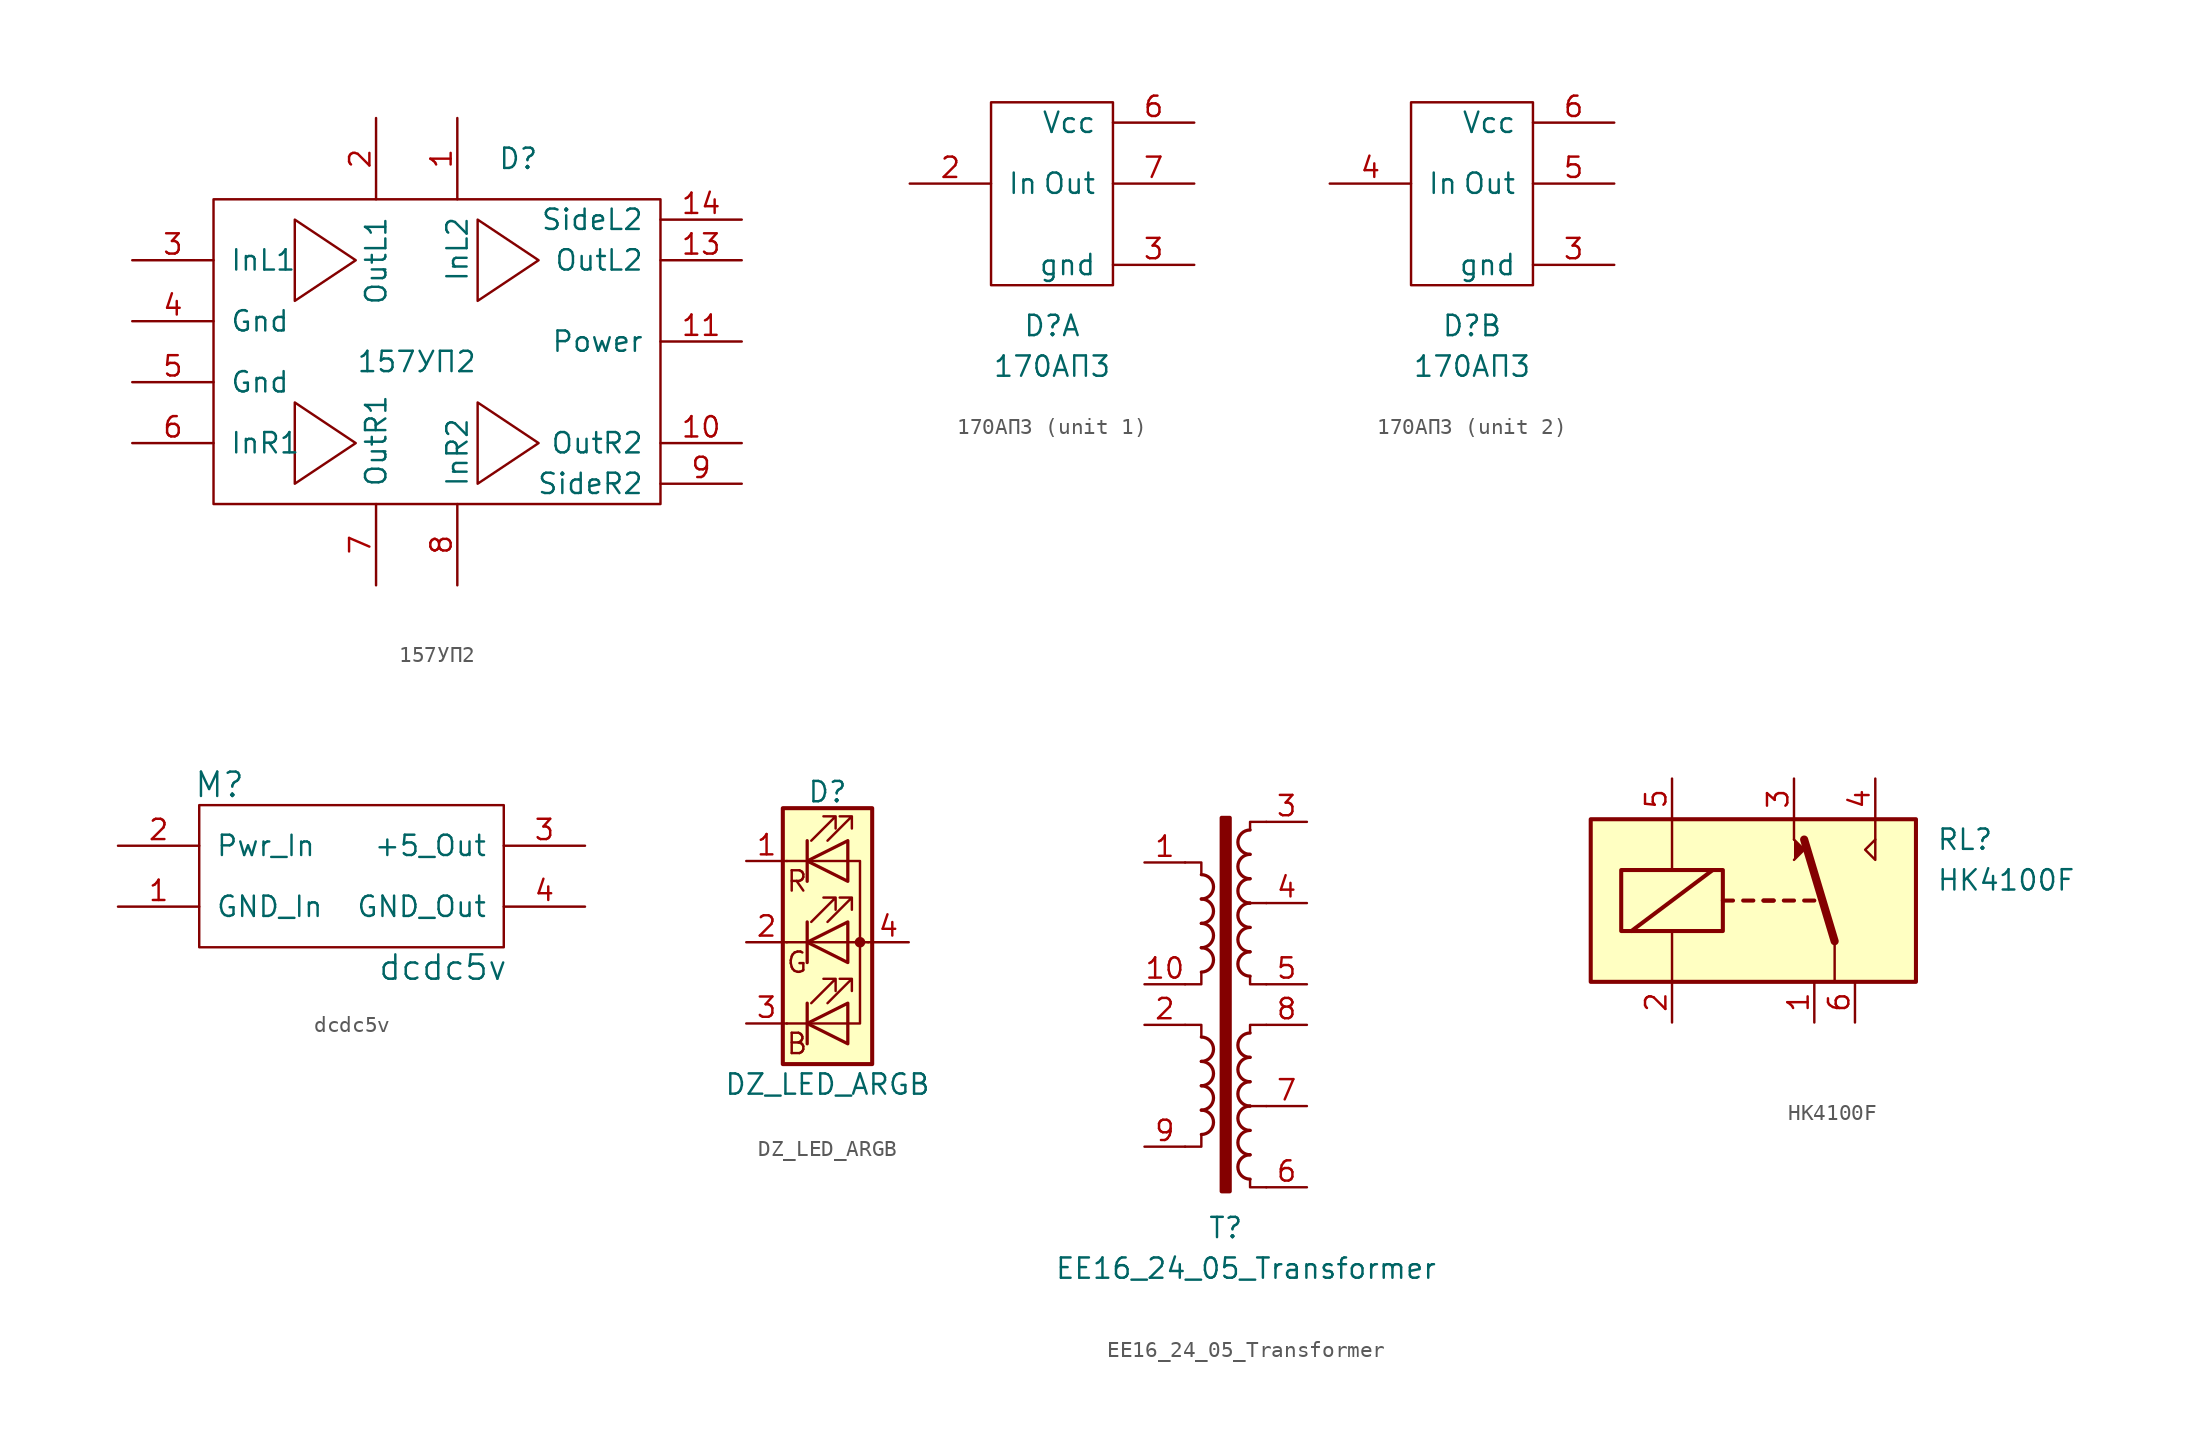
<source format=kicad_sym>
(kicad_symbol_lib
  (version 20211014)
  (generator kicad_symbol_editor)
  (symbol "157УП2"
    (pin_names
      (offset 1.016))
    (property "Reference" "D"
      (at 6.35 12.7 0)
      (effects (font (size 1.27 1.27))))
    (property "Value" "157УП2"
      (at 0 0 0)
      (effects (font (size 1.27 1.27))))
    (symbol "157УП2_0_1"
      (rectangle (start -12.7 10.16) (end 15.24 -8.89) (stroke (width 0) (type default) (color 0 0 0 0)) (fill (type none)))
      (polyline (pts (xy -7.62 -7.62) (xy -7.62 -2.54) (xy -3.81 -5.08) (xy -7.62 -7.62)) (stroke (width 0) (type default) (color 0 0 0 0)) (fill (type none)))
      (polyline (pts (xy -7.62 8.89) (xy -7.62 3.81) (xy -3.81 6.35) (xy -7.62 8.89)) (stroke (width 0) (type default) (color 0 0 0 0)) (fill (type none)))
      (polyline (pts (xy 3.81 -2.54) (xy 3.81 -7.62) (xy 7.62 -5.08) (xy 3.81 -2.54)) (stroke (width 0) (type default) (color 0 0 0 0)) (fill (type none)))
      (polyline (pts (xy 3.81 8.89) (xy 3.81 3.81) (xy 7.62 6.35) (xy 3.81 8.89)) (stroke (width 0) (type default) (color 0 0 0 0)) (fill (type none))))
    (symbol "157УП2_1_1"
      (pin input line (at 2.54 15.24 270) (length 5.08) (name "InL2" (effects (font (size 1.27 1.27)))) (number "1" (effects (font (size 1.27 1.27)))))
      (pin output line (at 20.32 -5.08 180) (length 5.08) (name "OutR2" (effects (font (size 1.27 1.27)))) (number "10" (effects (font (size 1.27 1.27)))))
      (pin power_in line (at 20.32 1.27 180) (length 5.08) (name "Power" (effects (font (size 1.27 1.27)))) (number "11" (effects (font (size 1.27 1.27)))))
      (pin output line (at 20.32 6.35 180) (length 5.08) (name "OutL2" (effects (font (size 1.27 1.27)))) (number "13" (effects (font (size 1.27 1.27)))))
      (pin output line (at 20.32 8.89 180) (length 5.08) (name "SideL2" (effects (font (size 1.27 1.27)))) (number "14" (effects (font (size 1.27 1.27)))))
      (pin output line (at -2.54 15.24 270) (length 5.08) (name "OutL1" (effects (font (size 1.27 1.27)))) (number "2" (effects (font (size 1.27 1.27)))))
      (pin input line (at -17.78 6.35 0) (length 5.08) (name "InL1" (effects (font (size 1.27 1.27)))) (number "3" (effects (font (size 1.27 1.27)))))
      (pin power_in line (at -17.78 2.54 0) (length 5.08) (name "Gnd" (effects (font (size 1.27 1.27)))) (number "4" (effects (font (size 1.27 1.27)))))
      (pin power_in line (at -17.78 -1.27 0) (length 5.08) (name "Gnd" (effects (font (size 1.27 1.27)))) (number "5" (effects (font (size 1.27 1.27)))))
      (pin input line (at -17.78 -5.08 0) (length 5.08) (name "InR1" (effects (font (size 1.27 1.27)))) (number "6" (effects (font (size 1.27 1.27)))))
      (pin output line (at -2.54 -13.97 90) (length 5.08) (name "OutR1" (effects (font (size 1.27 1.27)))) (number "7" (effects (font (size 1.27 1.27)))))
      (pin input line (at 2.54 -13.97 90) (length 5.08) (name "InR2" (effects (font (size 1.27 1.27)))) (number "8" (effects (font (size 1.27 1.27)))))
      (pin output line (at 20.32 -7.62 180) (length 5.08) (name "SideR2" (effects (font (size 1.27 1.27)))) (number "9" (effects (font (size 1.27 1.27)))))))
  (symbol "170АП3"
    (pin_names
      (offset 1.016))
    (property "Reference" "D"
      (at 0 -5.08 0)
      (effects (font (size 1.27 1.27))))
    (property "Value" "170АП3"
      (at 0 -7.62 0)
      (effects (font (size 1.27 1.27))))
    (symbol "170АП3_0_0"
      (rectangle (start 3.81 -2.54) (end -3.81 8.89) (stroke (width 0) (type default) (color 0 0 0 0)) (fill (type none))))
    (symbol "170АП3_0_1"
      (pin power_in line (at 8.89 -1.27 180) (length 5.08) (name "gnd" (effects (font (size 1.27 1.27)))) (number "3" (effects (font (size 1.27 1.27)))))
      (pin power_in line (at 8.89 7.62 180) (length 5.08) (name "Vcc" (effects (font (size 1.27 1.27)))) (number "6" (effects (font (size 1.27 1.27))))))
    (symbol "170АП3_1_1"
      (pin input line (at -8.89 3.81 0) (length 5.08) (name "In" (effects (font (size 1.27 1.27)))) (number "2" (effects (font (size 1.27 1.27)))))
      (pin output line (at 8.89 3.81 180) (length 5.08) (name "Out" (effects (font (size 1.27 1.27)))) (number "7" (effects (font (size 1.27 1.27))))))
    (symbol "170АП3_2_1"
      (pin input line (at -8.89 3.81 0) (length 5.08) (name "In" (effects (font (size 1.27 1.27)))) (number "4" (effects (font (size 1.27 1.27)))))
      (pin output line (at 8.89 3.81 180) (length 5.08) (name "Out" (effects (font (size 1.27 1.27)))) (number "5" (effects (font (size 1.27 1.27)))))))
  (symbol "dcdc5v"
    (pin_names
      (offset 1.016))
    (property "Reference" "M"
      (at -8.89 6.35 0)
      (effects (font (size 1.524 1.524))))
    (property "Value" "dcdc5v"
      (at 5.08 -5.08 0)
      (effects (font (size 1.524 1.524))))
    (symbol "dcdc5v_0_1"
      (rectangle (start -10.16 -3.81) (end 8.89 5.08) (stroke (width 0) (type default) (color 0 0 0 0)) (fill (type none))))
    (symbol "dcdc5v_1_1"
      (pin power_in line (at -15.24 -1.27 0) (length 5.08) (name "GND_In" (effects (font (size 1.27 1.27)))) (number "1" (effects (font (size 1.27 1.27)))))
      (pin power_in line (at -15.24 2.54 0) (length 5.08) (name "Pwr_In" (effects (font (size 1.27 1.27)))) (number "2" (effects (font (size 1.27 1.27)))))
      (pin power_out line (at 13.97 2.54 180) (length 5.08) (name "+5_Out" (effects (font (size 1.27 1.27)))) (number "3" (effects (font (size 1.27 1.27)))))
      (pin power_out line (at 13.97 -1.27 180) (length 5.08) (name "GND_Out" (effects (font (size 1.27 1.27)))) (number "4" (effects (font (size 1.27 1.27)))))))
  (symbol "DZ_LED_ARGB"
    (pin_names
      (offset 0) hide)
    (property "Reference" "D"
      (at 0 9.398 0)
      (effects (font (size 1.27 1.27))))
    (property "Value" "DZ_LED_ARGB"
      (at 0 -8.89 0)
      (effects (font (size 1.27 1.27))))
    (symbol "DZ_LED_ARGB_0_0"
      (text "B" (at -1.905 -6.35 0) (effects (font (size 1.27 1.27))))
      (text "G" (at -1.905 -1.27 0) (effects (font (size 1.27 1.27))))
      (text "R" (at -1.905 3.81 0) (effects (font (size 1.27 1.27)))))
    (symbol "DZ_LED_ARGB_0_1"
      (polyline (pts (xy -2.54 -5.08) (xy 1.27 -5.08)) (stroke (width 0) (type default) (color 0 0 0 0)) (fill (type none)))
      (polyline (pts (xy -1.27 -3.81) (xy -1.27 -6.35)) (stroke (width 0.203) (type default) (color 0 0 0 0)) (fill (type none)))
      (polyline (pts (xy -1.27 1.27) (xy -1.27 -1.27)) (stroke (width 0.203) (type default) (color 0 0 0 0)) (fill (type none)))
      (polyline (pts (xy -1.27 6.35) (xy -1.27 3.81)) (stroke (width 0.203) (type default) (color 0 0 0 0)) (fill (type none)))
      (polyline (pts (xy 1.27 5.08) (xy -2.54 5.08)) (stroke (width 0) (type default) (color 0 0 0 0)) (fill (type none)))
      (polyline (pts (xy 2.54 0) (xy -2.54 0)) (stroke (width 0) (type default) (color 0 0 0 0)) (fill (type none)))
      (polyline (pts (xy 1.27 -5.08) (xy 2.032 -5.08) (xy 2.032 5.08) (xy 1.27 5.08)) (stroke (width 0) (type default) (color 0 0 0 0)) (fill (type none)))
      (polyline (pts (xy 1.27 -3.81) (xy 1.27 -6.35) (xy -1.27 -5.08) (xy 1.27 -3.81)) (stroke (width 0.203) (type default) (color 0 0 0 0)) (fill (type none)))
      (polyline (pts (xy 1.27 1.27) (xy 1.27 -1.27) (xy -1.27 0) (xy 1.27 1.27)) (stroke (width 0.203) (type default) (color 0 0 0 0)) (fill (type none)))
      (polyline (pts (xy 1.27 6.35) (xy 1.27 3.81) (xy -1.27 5.08) (xy 1.27 6.35)) (stroke (width 0.203) (type default) (color 0 0 0 0)) (fill (type none)))
      (polyline (pts (xy -1.016 -3.81) (xy 0.508 -2.286) (xy -0.254 -2.286) (xy 0.508 -2.286) (xy 0.508 -3.048)) (stroke (width 0) (type default) (color 0 0 0 0)) (fill (type none)))
      (polyline (pts (xy -1.016 1.27) (xy 0.508 2.794) (xy -0.254 2.794) (xy 0.508 2.794) (xy 0.508 2.032)) (stroke (width 0) (type default) (color 0 0 0 0)) (fill (type none)))
      (polyline (pts (xy -1.016 6.35) (xy 0.508 7.874) (xy -0.254 7.874) (xy 0.508 7.874) (xy 0.508 7.112)) (stroke (width 0) (type default) (color 0 0 0 0)) (fill (type none)))
      (polyline (pts (xy 0 -3.81) (xy 1.524 -2.286) (xy 0.762 -2.286) (xy 1.524 -2.286) (xy 1.524 -3.048)) (stroke (width 0) (type default) (color 0 0 0 0)) (fill (type none)))
      (polyline (pts (xy 0 1.27) (xy 1.524 2.794) (xy 0.762 2.794) (xy 1.524 2.794) (xy 1.524 2.032)) (stroke (width 0) (type default) (color 0 0 0 0)) (fill (type none)))
      (polyline (pts (xy 0 6.35) (xy 1.524 7.874) (xy 0.762 7.874) (xy 1.524 7.874) (xy 1.524 7.112)) (stroke (width 0) (type default) (color 0 0 0 0)) (fill (type none)))
      (rectangle (start 1.27 6.35) (end 1.27 6.35) (stroke (width 0) (type default) (color 0 0 0 0)) (fill (type none)))
      (circle (center 2.032 0) (radius 0.254) (stroke (width 0) (type default) (color 0 0 0 0)) (fill (type outline)))
      (rectangle (start 2.794 8.382) (end -2.794 -7.62) (stroke (width 0.254) (type default) (color 0 0 0 0)) (fill (type background))))
    (symbol "DZ_LED_ARGB_1_1"
      (pin passive line (at -5.08 5.08 0) (length 2.54) (name "RK" (effects (font (size 1.27 1.27)))) (number "1" (effects (font (size 1.27 1.27)))))
      (pin passive line (at -5.08 0 0) (length 2.54) (name "GK" (effects (font (size 1.27 1.27)))) (number "2" (effects (font (size 1.27 1.27)))))
      (pin passive line (at -5.08 -5.08 0) (length 2.54) (name "BK" (effects (font (size 1.27 1.27)))) (number "3" (effects (font (size 1.27 1.27)))))
      (pin passive line (at 5.08 0 180) (length 2.54) (name "A" (effects (font (size 1.27 1.27)))) (number "4" (effects (font (size 1.27 1.27)))))))
  (symbol "EE16_24_05_Transformer"
    (pin_names
      (offset 1.016))
    (property "Reference" "T"
      (at 0 -13.97 0)
      (effects (font (size 1.27 1.27))))
    (property "Value" "EE16_24_05_Transformer"
      (at 1.27 -16.51 0)
      (effects (font (size 1.27 1.27))))
    (symbol "EE16_24_05_Transformer_1_1"
      (arc (start -1.524 -8.128) (mid -0.762 -7.366) (end -1.524 -6.604) (stroke (width 0.2032) (type default) (color 0 0 0 0)) (fill (type none)))
      (arc (start -1.524 -6.604) (mid -0.762 -5.842) (end -1.524 -5.08) (stroke (width 0.2032) (type default) (color 0 0 0 0)) (fill (type none)))
      (arc (start -1.524 -5.08) (mid -0.762 -4.318) (end -1.524 -3.556) (stroke (width 0.2032) (type default) (color 0 0 0 0)) (fill (type none)))
      (arc (start -1.524 -3.556) (mid -0.762 -2.794) (end -1.524 -2.032) (stroke (width 0.2032) (type default) (color 0 0 0 0)) (fill (type none)))
      (arc (start -1.524 2.032) (mid -0.762 2.794) (end -1.524 3.556) (stroke (width 0.2032) (type default) (color 0 0 0 0)) (fill (type none)))
      (arc (start -1.524 3.556) (mid -0.762 4.318) (end -1.524 5.08) (stroke (width 0.2032) (type default) (color 0 0 0 0)) (fill (type none)))
      (arc (start -1.524 5.08) (mid -0.762 5.842) (end -1.524 6.604) (stroke (width 0.2032) (type default) (color 0 0 0 0)) (fill (type none)))
      (arc (start -1.524 6.604) (mid -0.762 7.366) (end -1.524 8.128) (stroke (width 0.2032) (type default) (color 0 0 0 0)) (fill (type none)))
      (polyline (pts (xy 1.524 -6.35) (xy 2.54 -6.35) (xy 2.54 -6.35)) (stroke (width 0) (type default) (color 0 0 0 0)) (fill (type outline)))
      (polyline (pts (xy 1.524 6.35) (xy 2.54 6.35) (xy 2.54 6.35)) (stroke (width 0) (type default) (color 0 0 0 0)) (fill (type outline)))
      (polyline (pts (xy -1.524 -8.128) (xy -1.524 -8.89) (xy -2.54 -8.89) (xy -2.54 -8.89)) (stroke (width 0) (type default) (color 0 0 0 0)) (fill (type none)))
      (polyline (pts (xy -1.524 2.032) (xy -1.524 1.27) (xy -2.54 1.27) (xy -2.54 1.27)) (stroke (width 0) (type default) (color 0 0 0 0)) (fill (type none)))
      (polyline (pts (xy 1.524 -10.922) (xy 1.524 -11.43) (xy 2.54 -11.43) (xy 2.54 -11.43)) (stroke (width 0) (type default) (color 0 0 0 0)) (fill (type none)))
      (polyline (pts (xy 1.524 -1.778) (xy 1.524 -1.27) (xy 2.54 -1.27) (xy 2.54 -1.27)) (stroke (width 0) (type default) (color 0 0 0 0)) (fill (type none)))
      (polyline (pts (xy 1.524 1.778) (xy 1.524 1.27) (xy 2.54 1.27) (xy 2.54 1.27)) (stroke (width 0) (type default) (color 0 0 0 0)) (fill (type none)))
      (polyline (pts (xy 1.524 10.922) (xy 1.524 11.43) (xy 2.54 11.43) (xy 2.54 11.43)) (stroke (width 0) (type default) (color 0 0 0 0)) (fill (type none)))
      (polyline (pts (xy -1.524 -2.032) (xy -1.524 -1.27) (xy -2.54 -1.27) (xy -2.54 -1.27) (xy -2.54 -1.27) (xy -2.54 -1.27)) (stroke (width 0) (type default) (color 0 0 0 0)) (fill (type none)))
      (polyline (pts (xy -1.524 8.128) (xy -1.524 8.89) (xy -2.54 8.89) (xy -2.54 8.89) (xy -2.54 8.89) (xy -2.54 8.89)) (stroke (width 0) (type default) (color 0 0 0 0)) (fill (type none)))
      (rectangle (start 0.254 -11.684) (end -0.254 11.684) (stroke (width 0.254) (type default) (color 0 0 0 0)) (fill (type outline)))
      (arc (start 1.524 -9.398) (mid 0.762 -10.16) (end 1.524 -10.922) (stroke (width 0.2032) (type default) (color 0 0 0 0)) (fill (type none)))
      (arc (start 1.524 -7.874) (mid 0.762 -8.636) (end 1.524 -9.398) (stroke (width 0.2032) (type default) (color 0 0 0 0)) (fill (type none)))
      (arc (start 1.524 -6.35) (mid 0.762 -7.112) (end 1.524 -7.874) (stroke (width 0.2032) (type default) (color 0 0 0 0)) (fill (type none)))
      (arc (start 1.524 -4.826) (mid 0.762 -5.588) (end 1.524 -6.35) (stroke (width 0.2032) (type default) (color 0 0 0 0)) (fill (type none)))
      (arc (start 1.524 -3.302) (mid 0.762 -4.064) (end 1.524 -4.826) (stroke (width 0.2032) (type default) (color 0 0 0 0)) (fill (type none)))
      (arc (start 1.524 -1.778) (mid 0.762 -2.54) (end 1.524 -3.302) (stroke (width 0.2032) (type default) (color 0 0 0 0)) (fill (type none)))
      (arc (start 1.524 3.302) (mid 0.762 2.54) (end 1.524 1.778) (stroke (width 0.2032) (type default) (color 0 0 0 0)) (fill (type none)))
      (arc (start 1.524 4.826) (mid 0.762 4.064) (end 1.524 3.302) (stroke (width 0.2032) (type default) (color 0 0 0 0)) (fill (type none)))
      (arc (start 1.524 6.35) (mid 0.762 5.588) (end 1.524 4.826) (stroke (width 0.2032) (type default) (color 0 0 0 0)) (fill (type none)))
      (arc (start 1.524 7.874) (mid 0.762 7.112) (end 1.524 6.35) (stroke (width 0.2032) (type default) (color 0 0 0 0)) (fill (type none)))
      (arc (start 1.524 9.398) (mid 0.762 8.636) (end 1.524 7.874) (stroke (width 0.2032) (type default) (color 0 0 0 0)) (fill (type none)))
      (arc (start 1.524 10.922) (mid 0.762 10.16) (end 1.524 9.398) (stroke (width 0.2032) (type default) (color 0 0 0 0)) (fill (type none)))
      (pin passive line (at -5.08 8.89 0) (length 2.54) (name "~" (effects (font (size 1.27 1.27)))) (number "1" (effects (font (size 1.27 1.27)))))
      (pin passive line (at -5.08 1.27 0) (length 2.54) (name "~" (effects (font (size 1.27 1.27)))) (number "10" (effects (font (size 1.27 1.27)))))
      (pin passive line (at -5.08 -1.27 0) (length 2.54) (name "~" (effects (font (size 1.27 1.27)))) (number "2" (effects (font (size 1.27 1.27)))))
      (pin passive line (at 5.08 11.43 180) (length 2.54) (name "~" (effects (font (size 1.27 1.27)))) (number "3" (effects (font (size 1.27 1.27)))))
      (pin passive line (at 5.08 6.35 180) (length 2.54) (name "~" (effects (font (size 1.27 1.27)))) (number "4" (effects (font (size 1.27 1.27)))))
      (pin passive line (at 5.08 1.27 180) (length 2.54) (name "~" (effects (font (size 1.27 1.27)))) (number "5" (effects (font (size 1.27 1.27)))))
      (pin passive line (at 5.08 -11.43 180) (length 2.54) (name "~" (effects (font (size 1.27 1.27)))) (number "6" (effects (font (size 1.27 1.27)))))
      (pin passive line (at 5.08 -6.35 180) (length 2.54) (name "~" (effects (font (size 1.27 1.27)))) (number "7" (effects (font (size 1.27 1.27)))))
      (pin passive line (at 5.08 -1.27 180) (length 2.54) (name "~" (effects (font (size 1.27 1.27)))) (number "8" (effects (font (size 1.27 1.27)))))
      (pin passive line (at -5.08 -8.89 0) (length 2.54) (name "~" (effects (font (size 1.27 1.27)))) (number "9" (effects (font (size 1.27 1.27)))))))
  (symbol "HK4100F"
    (pin_names
      (offset 1.016))
    (property "Reference" "RL"
      (at 16.51 8.89 0)
      (effects (font (size 1.27 1.27)) (justify left)))
    (property "Value" "HK4100F"
      (at 16.51 6.35 0)
      (effects (font (size 1.27 1.27)) (justify left)))
    (property "Datasheet" ""
      (at 5.08 -5.08 0)
      (effects (font (size 1.27 1.27))))
    (symbol "HK4100F_0_0"
      (polyline (pts (xy 7.62 8.89) (xy 7.62 10.16)) (stroke (width 0) (type default) (color 0 0 0 0)) (fill (type none)))
      (polyline (pts (xy 12.7 8.89) (xy 12.7 10.16)) (stroke (width 0) (type default) (color 0 0 0 0)) (fill (type none)))
      (polyline (pts (xy 12.7 8.89) (xy 12.7 7.62) (xy 12.065 8.255) (xy 12.7 8.89)) (stroke (width 0) (type default) (color 0 0 0 0)) (fill (type none))))
    (symbol "HK4100F_0_1"
      (rectangle (start -5.08 10.16) (end 15.24 0) (stroke (width 0.254) (type default) (color 0 0 0 0)) (fill (type background)))
      (rectangle (start -3.175 6.985) (end 3.175 3.175) (stroke (width 0.254) (type default) (color 0 0 0 0)) (fill (type none)))
      (polyline (pts (xy -2.54 3.175) (xy 2.54 6.985)) (stroke (width 0.254) (type default) (color 0 0 0 0)) (fill (type none)))
      (polyline (pts (xy 0 0) (xy 0 3.175)) (stroke (width 0) (type default) (color 0 0 0 0)) (fill (type none)))
      (polyline (pts (xy 0 10.16) (xy 0 6.985)) (stroke (width 0) (type default) (color 0 0 0 0)) (fill (type none)))
      (polyline (pts (xy 3.175 5.08) (xy 3.81 5.08)) (stroke (width 0.254) (type default) (color 0 0 0 0)) (fill (type none)))
      (polyline (pts (xy 4.445 5.08) (xy 5.08 5.08)) (stroke (width 0.254) (type default) (color 0 0 0 0)) (fill (type none)))
      (polyline (pts (xy 5.715 5.08) (xy 6.35 5.08)) (stroke (width 0.254) (type default) (color 0 0 0 0)) (fill (type none)))
      (polyline (pts (xy 5.715 5.08) (xy 6.35 5.08)) (stroke (width 0.254) (type default) (color 0 0 0 0)) (fill (type none)))
      (polyline (pts (xy 6.985 5.08) (xy 7.62 5.08)) (stroke (width 0.254) (type default) (color 0 0 0 0)) (fill (type none)))
      (polyline (pts (xy 8.255 5.08) (xy 8.89 5.08)) (stroke (width 0.254) (type default) (color 0 0 0 0)) (fill (type none)))
      (polyline (pts (xy 10.16 2.54) (xy 8.255 8.89)) (stroke (width 0.508) (type default) (color 0 0 0 0)) (fill (type none)))
      (polyline (pts (xy 10.16 2.54) (xy 10.16 0)) (stroke (width 0) (type default) (color 0 0 0 0)) (fill (type none)))
      (polyline (pts (xy 7.62 7.62) (xy 8.255 8.255) (xy 7.62 8.89)) (stroke (width 0) (type default) (color 0 0 0 0)) (fill (type outline))))
    (symbol "HK4100F_1_1"
      (pin passive line (at 8.89 -2.54 90) (length 2.54) (name "~" (effects (font (size 1.27 1.27)))) (number "1" (effects (font (size 1.27 1.27)))))
      (pin passive line (at 0 -2.54 90) (length 2.54) (name "~" (effects (font (size 1.27 1.27)))) (number "2" (effects (font (size 1.27 1.27)))))
      (pin passive line (at 7.62 12.7 270) (length 2.54) (name "~" (effects (font (size 1.27 1.27)))) (number "3" (effects (font (size 1.27 1.27)))))
      (pin passive line (at 12.7 12.7 270) (length 2.54) (name "~" (effects (font (size 1.27 1.27)))) (number "4" (effects (font (size 1.27 1.27)))))
      (pin passive line (at 0 12.7 270) (length 2.54) (name "~" (effects (font (size 1.27 1.27)))) (number "5" (effects (font (size 1.27 1.27)))))
      (pin passive line (at 11.43 -2.54 90) (length 2.54) (name "~" (effects (font (size 1.27 1.27)))) (number "6" (effects (font (size 1.27 1.27))))))))
</source>
